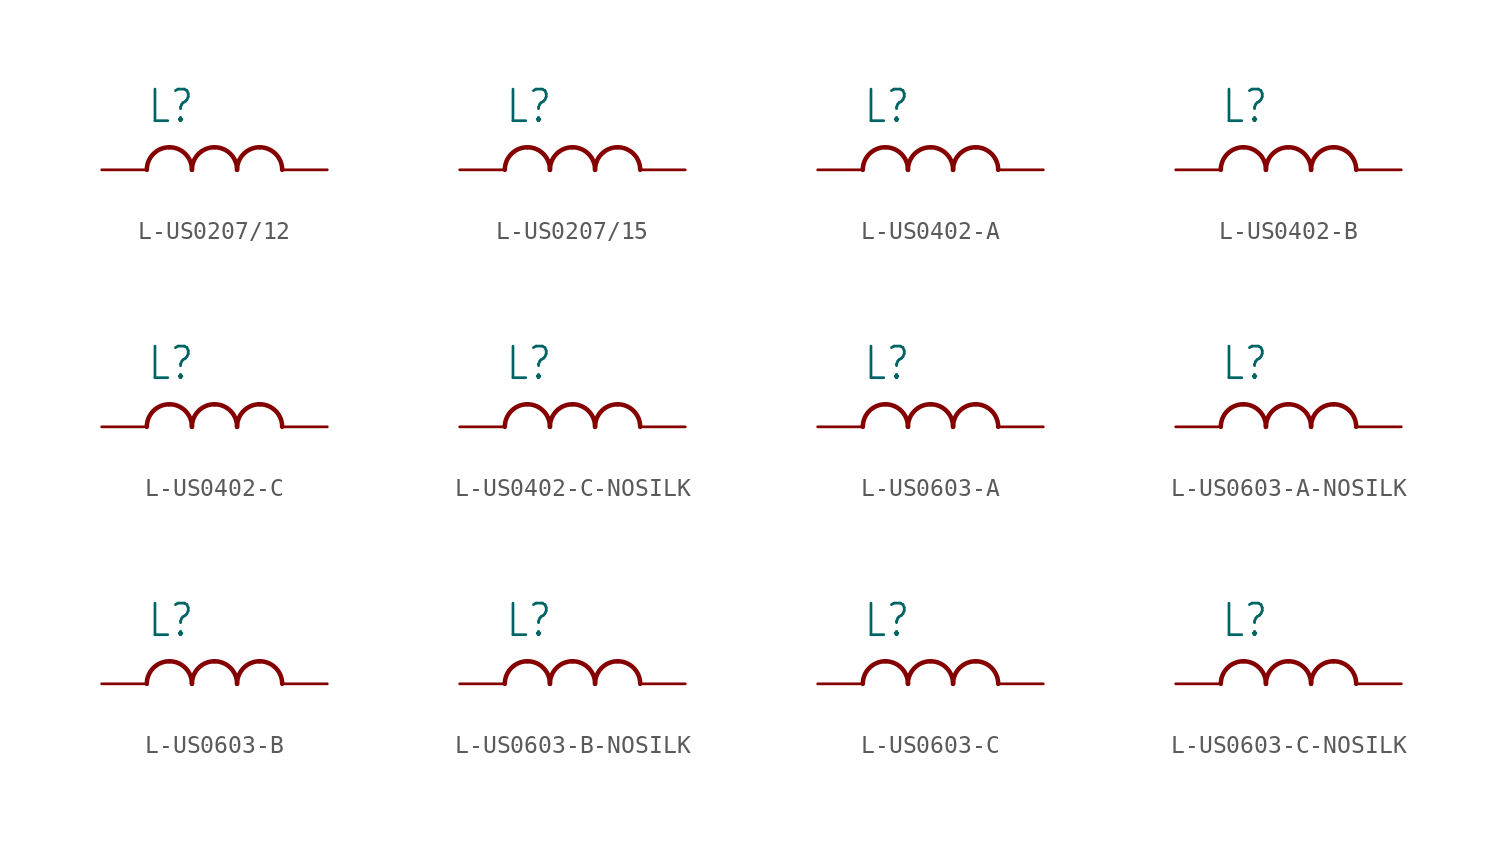
<source format=kicad_sym>
(kicad_symbol_lib
  (version 20241209)
  (generator "kicad_symbol_editor")
  (generator_version "9.0")
  (symbol "L-US0207/12"
    (property "Reference" "L"
      (at -5.08 2.54 0)
      (effects (font (size 1.778 1.511)) (justify left bottom)))
    (property "Value" ""
      (at -5.08 -1.27 0)
      (effects (font (size 1.778 1.511)) (justify left top)))
    (property "ki_locked" ""
      (at 0 0 0)
      (effects (font (size 1.27 1.27))))
    (symbol "L-US0207/12_1_0"
      (arc (start -5.08 0) (mid -4.708 0.898) (end -3.81 1.27) (stroke (width 0.254) (type solid)) (fill (type none)))
      (arc (start -3.81 1.27) (mid -2.912 0.898) (end -2.54 0) (stroke (width 0.254) (type solid)) (fill (type none)))
      (arc (start -2.54 0) (mid -2.168 0.898) (end -1.27 1.27) (stroke (width 0.254) (type solid)) (fill (type none)))
      (arc (start -1.27 1.27) (mid -0.372 0.898) (end 0 0) (stroke (width 0.254) (type solid)) (fill (type none)))
      (arc (start 0 0) (mid 0.372 0.898) (end 1.27 1.27) (stroke (width 0.254) (type solid)) (fill (type none)))
      (arc (start 1.27 1.27) (mid 2.168 0.898) (end 2.54 0) (stroke (width 0.254) (type solid)) (fill (type none)))
      (pin passive line (at -7.62 0 0) (length 2.54) (name "1" (effects (font (size 0 0)))) (number "1" (effects (font (size 0 0)))))
      (pin passive line (at 5.08 0 180) (length 2.54) (name "2" (effects (font (size 0 0)))) (number "2" (effects (font (size 0 0)))))))
  (symbol "L-US0207/15"
    (property "Reference" "L"
      (at -5.08 2.54 0)
      (effects (font (size 1.778 1.511)) (justify left bottom)))
    (property "Value" ""
      (at -5.08 -1.27 0)
      (effects (font (size 1.778 1.511)) (justify left top)))
    (property "ki_locked" ""
      (at 0 0 0)
      (effects (font (size 1.27 1.27))))
    (symbol "L-US0207/15_1_0"
      (arc (start -5.08 0) (mid -4.708 0.898) (end -3.81 1.27) (stroke (width 0.254) (type solid)) (fill (type none)))
      (arc (start -3.81 1.27) (mid -2.912 0.898) (end -2.54 0) (stroke (width 0.254) (type solid)) (fill (type none)))
      (arc (start -2.54 0) (mid -2.168 0.898) (end -1.27 1.27) (stroke (width 0.254) (type solid)) (fill (type none)))
      (arc (start -1.27 1.27) (mid -0.372 0.898) (end 0 0) (stroke (width 0.254) (type solid)) (fill (type none)))
      (arc (start 0 0) (mid 0.372 0.898) (end 1.27 1.27) (stroke (width 0.254) (type solid)) (fill (type none)))
      (arc (start 1.27 1.27) (mid 2.168 0.898) (end 2.54 0) (stroke (width 0.254) (type solid)) (fill (type none)))
      (pin passive line (at -7.62 0 0) (length 2.54) (name "1" (effects (font (size 0 0)))) (number "1" (effects (font (size 0 0)))))
      (pin passive line (at 5.08 0 180) (length 2.54) (name "2" (effects (font (size 0 0)))) (number "2" (effects (font (size 0 0)))))))
  (symbol "L-US0402-A"
    (property "Reference" "L"
      (at -5.08 2.54 0)
      (effects (font (size 1.778 1.511)) (justify left bottom)))
    (property "Value" ""
      (at -5.08 -1.27 0)
      (effects (font (size 1.778 1.511)) (justify left top)))
    (property "ki_locked" ""
      (at 0 0 0)
      (effects (font (size 1.27 1.27))))
    (symbol "L-US0402-A_1_0"
      (arc (start -5.08 0) (mid -4.708 0.898) (end -3.81 1.27) (stroke (width 0.254) (type solid)) (fill (type none)))
      (arc (start -3.81 1.27) (mid -2.912 0.898) (end -2.54 0) (stroke (width 0.254) (type solid)) (fill (type none)))
      (arc (start -2.54 0) (mid -2.168 0.898) (end -1.27 1.27) (stroke (width 0.254) (type solid)) (fill (type none)))
      (arc (start -1.27 1.27) (mid -0.372 0.898) (end 0 0) (stroke (width 0.254) (type solid)) (fill (type none)))
      (arc (start 0 0) (mid 0.372 0.898) (end 1.27 1.27) (stroke (width 0.254) (type solid)) (fill (type none)))
      (arc (start 1.27 1.27) (mid 2.168 0.898) (end 2.54 0) (stroke (width 0.254) (type solid)) (fill (type none)))
      (pin passive line (at -7.62 0 0) (length 2.54) (name "1" (effects (font (size 0 0)))) (number "1" (effects (font (size 0 0)))))
      (pin passive line (at 5.08 0 180) (length 2.54) (name "2" (effects (font (size 0 0)))) (number "2" (effects (font (size 0 0)))))))
  (symbol "L-US0402-B"
    (property "Reference" "L"
      (at -5.08 2.54 0)
      (effects (font (size 1.778 1.511)) (justify left bottom)))
    (property "Value" ""
      (at -5.08 -1.27 0)
      (effects (font (size 1.778 1.511)) (justify left top)))
    (property "ki_locked" ""
      (at 0 0 0)
      (effects (font (size 1.27 1.27))))
    (symbol "L-US0402-B_1_0"
      (arc (start -5.08 0) (mid -4.708 0.898) (end -3.81 1.27) (stroke (width 0.254) (type solid)) (fill (type none)))
      (arc (start -3.81 1.27) (mid -2.912 0.898) (end -2.54 0) (stroke (width 0.254) (type solid)) (fill (type none)))
      (arc (start -2.54 0) (mid -2.168 0.898) (end -1.27 1.27) (stroke (width 0.254) (type solid)) (fill (type none)))
      (arc (start -1.27 1.27) (mid -0.372 0.898) (end 0 0) (stroke (width 0.254) (type solid)) (fill (type none)))
      (arc (start 0 0) (mid 0.372 0.898) (end 1.27 1.27) (stroke (width 0.254) (type solid)) (fill (type none)))
      (arc (start 1.27 1.27) (mid 2.168 0.898) (end 2.54 0) (stroke (width 0.254) (type solid)) (fill (type none)))
      (pin passive line (at -7.62 0 0) (length 2.54) (name "1" (effects (font (size 0 0)))) (number "1" (effects (font (size 0 0)))))
      (pin passive line (at 5.08 0 180) (length 2.54) (name "2" (effects (font (size 0 0)))) (number "2" (effects (font (size 0 0)))))))
  (symbol "L-US0402-C"
    (property "Reference" "L"
      (at -5.08 2.54 0)
      (effects (font (size 1.778 1.511)) (justify left bottom)))
    (property "Value" ""
      (at -5.08 -1.27 0)
      (effects (font (size 1.778 1.511)) (justify left top)))
    (property "ki_locked" ""
      (at 0 0 0)
      (effects (font (size 1.27 1.27))))
    (symbol "L-US0402-C_1_0"
      (arc (start -5.08 0) (mid -4.708 0.898) (end -3.81 1.27) (stroke (width 0.254) (type solid)) (fill (type none)))
      (arc (start -3.81 1.27) (mid -2.912 0.898) (end -2.54 0) (stroke (width 0.254) (type solid)) (fill (type none)))
      (arc (start -2.54 0) (mid -2.168 0.898) (end -1.27 1.27) (stroke (width 0.254) (type solid)) (fill (type none)))
      (arc (start -1.27 1.27) (mid -0.372 0.898) (end 0 0) (stroke (width 0.254) (type solid)) (fill (type none)))
      (arc (start 0 0) (mid 0.372 0.898) (end 1.27 1.27) (stroke (width 0.254) (type solid)) (fill (type none)))
      (arc (start 1.27 1.27) (mid 2.168 0.898) (end 2.54 0) (stroke (width 0.254) (type solid)) (fill (type none)))
      (pin passive line (at -7.62 0 0) (length 2.54) (name "1" (effects (font (size 0 0)))) (number "1" (effects (font (size 0 0)))))
      (pin passive line (at 5.08 0 180) (length 2.54) (name "2" (effects (font (size 0 0)))) (number "2" (effects (font (size 0 0)))))))
  (symbol "L-US0402-C-NOSILK"
    (property "Reference" "L"
      (at -5.08 2.54 0)
      (effects (font (size 1.778 1.511)) (justify left bottom)))
    (property "Value" ""
      (at -5.08 -1.27 0)
      (effects (font (size 1.778 1.511)) (justify left top)))
    (property "ki_locked" ""
      (at 0 0 0)
      (effects (font (size 1.27 1.27))))
    (symbol "L-US0402-C-NOSILK_1_0"
      (arc (start -5.08 0) (mid -4.708 0.898) (end -3.81 1.27) (stroke (width 0.254) (type solid)) (fill (type none)))
      (arc (start -3.81 1.27) (mid -2.912 0.898) (end -2.54 0) (stroke (width 0.254) (type solid)) (fill (type none)))
      (arc (start -2.54 0) (mid -2.168 0.898) (end -1.27 1.27) (stroke (width 0.254) (type solid)) (fill (type none)))
      (arc (start -1.27 1.27) (mid -0.372 0.898) (end 0 0) (stroke (width 0.254) (type solid)) (fill (type none)))
      (arc (start 0 0) (mid 0.372 0.898) (end 1.27 1.27) (stroke (width 0.254) (type solid)) (fill (type none)))
      (arc (start 1.27 1.27) (mid 2.168 0.898) (end 2.54 0) (stroke (width 0.254) (type solid)) (fill (type none)))
      (pin passive line (at -7.62 0 0) (length 2.54) (name "1" (effects (font (size 0 0)))) (number "1" (effects (font (size 0 0)))))
      (pin passive line (at 5.08 0 180) (length 2.54) (name "2" (effects (font (size 0 0)))) (number "2" (effects (font (size 0 0)))))))
  (symbol "L-US0603-A"
    (property "Reference" "L"
      (at -5.08 2.54 0)
      (effects (font (size 1.778 1.511)) (justify left bottom)))
    (property "Value" ""
      (at -5.08 -1.27 0)
      (effects (font (size 1.778 1.511)) (justify left top)))
    (property "ki_locked" ""
      (at 0 0 0)
      (effects (font (size 1.27 1.27))))
    (symbol "L-US0603-A_1_0"
      (arc (start -5.08 0) (mid -4.708 0.898) (end -3.81 1.27) (stroke (width 0.254) (type solid)) (fill (type none)))
      (arc (start -3.81 1.27) (mid -2.912 0.898) (end -2.54 0) (stroke (width 0.254) (type solid)) (fill (type none)))
      (arc (start -2.54 0) (mid -2.168 0.898) (end -1.27 1.27) (stroke (width 0.254) (type solid)) (fill (type none)))
      (arc (start -1.27 1.27) (mid -0.372 0.898) (end 0 0) (stroke (width 0.254) (type solid)) (fill (type none)))
      (arc (start 0 0) (mid 0.372 0.898) (end 1.27 1.27) (stroke (width 0.254) (type solid)) (fill (type none)))
      (arc (start 1.27 1.27) (mid 2.168 0.898) (end 2.54 0) (stroke (width 0.254) (type solid)) (fill (type none)))
      (pin passive line (at -7.62 0 0) (length 2.54) (name "1" (effects (font (size 0 0)))) (number "1" (effects (font (size 0 0)))))
      (pin passive line (at 5.08 0 180) (length 2.54) (name "2" (effects (font (size 0 0)))) (number "2" (effects (font (size 0 0)))))))
  (symbol "L-US0603-A-NOSILK"
    (property "Reference" "L"
      (at -5.08 2.54 0)
      (effects (font (size 1.778 1.511)) (justify left bottom)))
    (property "Value" ""
      (at -5.08 -1.27 0)
      (effects (font (size 1.778 1.511)) (justify left top)))
    (property "ki_locked" ""
      (at 0 0 0)
      (effects (font (size 1.27 1.27))))
    (symbol "L-US0603-A-NOSILK_1_0"
      (arc (start -5.08 0) (mid -4.708 0.898) (end -3.81 1.27) (stroke (width 0.254) (type solid)) (fill (type none)))
      (arc (start -3.81 1.27) (mid -2.912 0.898) (end -2.54 0) (stroke (width 0.254) (type solid)) (fill (type none)))
      (arc (start -2.54 0) (mid -2.168 0.898) (end -1.27 1.27) (stroke (width 0.254) (type solid)) (fill (type none)))
      (arc (start -1.27 1.27) (mid -0.372 0.898) (end 0 0) (stroke (width 0.254) (type solid)) (fill (type none)))
      (arc (start 0 0) (mid 0.372 0.898) (end 1.27 1.27) (stroke (width 0.254) (type solid)) (fill (type none)))
      (arc (start 1.27 1.27) (mid 2.168 0.898) (end 2.54 0) (stroke (width 0.254) (type solid)) (fill (type none)))
      (pin passive line (at -7.62 0 0) (length 2.54) (name "1" (effects (font (size 0 0)))) (number "1" (effects (font (size 0 0)))))
      (pin passive line (at 5.08 0 180) (length 2.54) (name "2" (effects (font (size 0 0)))) (number "2" (effects (font (size 0 0)))))))
  (symbol "L-US0603-B"
    (property "Reference" "L"
      (at -5.08 2.54 0)
      (effects (font (size 1.778 1.511)) (justify left bottom)))
    (property "Value" ""
      (at -5.08 -1.27 0)
      (effects (font (size 1.778 1.511)) (justify left top)))
    (property "ki_locked" ""
      (at 0 0 0)
      (effects (font (size 1.27 1.27))))
    (symbol "L-US0603-B_1_0"
      (arc (start -5.08 0) (mid -4.708 0.898) (end -3.81 1.27) (stroke (width 0.254) (type solid)) (fill (type none)))
      (arc (start -3.81 1.27) (mid -2.912 0.898) (end -2.54 0) (stroke (width 0.254) (type solid)) (fill (type none)))
      (arc (start -2.54 0) (mid -2.168 0.898) (end -1.27 1.27) (stroke (width 0.254) (type solid)) (fill (type none)))
      (arc (start -1.27 1.27) (mid -0.372 0.898) (end 0 0) (stroke (width 0.254) (type solid)) (fill (type none)))
      (arc (start 0 0) (mid 0.372 0.898) (end 1.27 1.27) (stroke (width 0.254) (type solid)) (fill (type none)))
      (arc (start 1.27 1.27) (mid 2.168 0.898) (end 2.54 0) (stroke (width 0.254) (type solid)) (fill (type none)))
      (pin passive line (at -7.62 0 0) (length 2.54) (name "1" (effects (font (size 0 0)))) (number "1" (effects (font (size 0 0)))))
      (pin passive line (at 5.08 0 180) (length 2.54) (name "2" (effects (font (size 0 0)))) (number "2" (effects (font (size 0 0)))))))
  (symbol "L-US0603-B-NOSILK"
    (property "Reference" "L"
      (at -5.08 2.54 0)
      (effects (font (size 1.778 1.511)) (justify left bottom)))
    (property "Value" ""
      (at -5.08 -1.27 0)
      (effects (font (size 1.778 1.511)) (justify left top)))
    (property "ki_locked" ""
      (at 0 0 0)
      (effects (font (size 1.27 1.27))))
    (symbol "L-US0603-B-NOSILK_1_0"
      (arc (start -5.08 0) (mid -4.708 0.898) (end -3.81 1.27) (stroke (width 0.254) (type solid)) (fill (type none)))
      (arc (start -3.81 1.27) (mid -2.912 0.898) (end -2.54 0) (stroke (width 0.254) (type solid)) (fill (type none)))
      (arc (start -2.54 0) (mid -2.168 0.898) (end -1.27 1.27) (stroke (width 0.254) (type solid)) (fill (type none)))
      (arc (start -1.27 1.27) (mid -0.372 0.898) (end 0 0) (stroke (width 0.254) (type solid)) (fill (type none)))
      (arc (start 0 0) (mid 0.372 0.898) (end 1.27 1.27) (stroke (width 0.254) (type solid)) (fill (type none)))
      (arc (start 1.27 1.27) (mid 2.168 0.898) (end 2.54 0) (stroke (width 0.254) (type solid)) (fill (type none)))
      (pin passive line (at -7.62 0 0) (length 2.54) (name "1" (effects (font (size 0 0)))) (number "1" (effects (font (size 0 0)))))
      (pin passive line (at 5.08 0 180) (length 2.54) (name "2" (effects (font (size 0 0)))) (number "2" (effects (font (size 0 0)))))))
  (symbol "L-US0603-C"
    (property "Reference" "L"
      (at -5.08 2.54 0)
      (effects (font (size 1.778 1.511)) (justify left bottom)))
    (property "Value" ""
      (at -5.08 -1.27 0)
      (effects (font (size 1.778 1.511)) (justify left top)))
    (property "ki_locked" ""
      (at 0 0 0)
      (effects (font (size 1.27 1.27))))
    (symbol "L-US0603-C_1_0"
      (arc (start -5.08 0) (mid -4.708 0.898) (end -3.81 1.27) (stroke (width 0.254) (type solid)) (fill (type none)))
      (arc (start -3.81 1.27) (mid -2.912 0.898) (end -2.54 0) (stroke (width 0.254) (type solid)) (fill (type none)))
      (arc (start -2.54 0) (mid -2.168 0.898) (end -1.27 1.27) (stroke (width 0.254) (type solid)) (fill (type none)))
      (arc (start -1.27 1.27) (mid -0.372 0.898) (end 0 0) (stroke (width 0.254) (type solid)) (fill (type none)))
      (arc (start 0 0) (mid 0.372 0.898) (end 1.27 1.27) (stroke (width 0.254) (type solid)) (fill (type none)))
      (arc (start 1.27 1.27) (mid 2.168 0.898) (end 2.54 0) (stroke (width 0.254) (type solid)) (fill (type none)))
      (pin passive line (at -7.62 0 0) (length 2.54) (name "1" (effects (font (size 0 0)))) (number "1" (effects (font (size 0 0)))))
      (pin passive line (at 5.08 0 180) (length 2.54) (name "2" (effects (font (size 0 0)))) (number "2" (effects (font (size 0 0)))))))
  (symbol "L-US0603-C-NOSILK"
    (property "Reference" "L"
      (at -5.08 2.54 0)
      (effects (font (size 1.778 1.511)) (justify left bottom)))
    (property "Value" ""
      (at -5.08 -1.27 0)
      (effects (font (size 1.778 1.511)) (justify left top)))
    (property "ki_locked" ""
      (at 0 0 0)
      (effects (font (size 1.27 1.27))))
    (symbol "L-US0603-C-NOSILK_1_0"
      (arc (start -5.08 0) (mid -4.708 0.898) (end -3.81 1.27) (stroke (width 0.254) (type solid)) (fill (type none)))
      (arc (start -3.81 1.27) (mid -2.912 0.898) (end -2.54 0) (stroke (width 0.254) (type solid)) (fill (type none)))
      (arc (start -2.54 0) (mid -2.168 0.898) (end -1.27 1.27) (stroke (width 0.254) (type solid)) (fill (type none)))
      (arc (start -1.27 1.27) (mid -0.372 0.898) (end 0 0) (stroke (width 0.254) (type solid)) (fill (type none)))
      (arc (start 0 0) (mid 0.372 0.898) (end 1.27 1.27) (stroke (width 0.254) (type solid)) (fill (type none)))
      (arc (start 1.27 1.27) (mid 2.168 0.898) (end 2.54 0) (stroke (width 0.254) (type solid)) (fill (type none)))
      (pin passive line (at -7.62 0 0) (length 2.54) (name "1" (effects (font (size 0 0)))) (number "1" (effects (font (size 0 0)))))
      (pin passive line (at 5.08 0 180) (length 2.54) (name "2" (effects (font (size 0 0)))) (number "2" (effects (font (size 0 0))))))))
</source>
